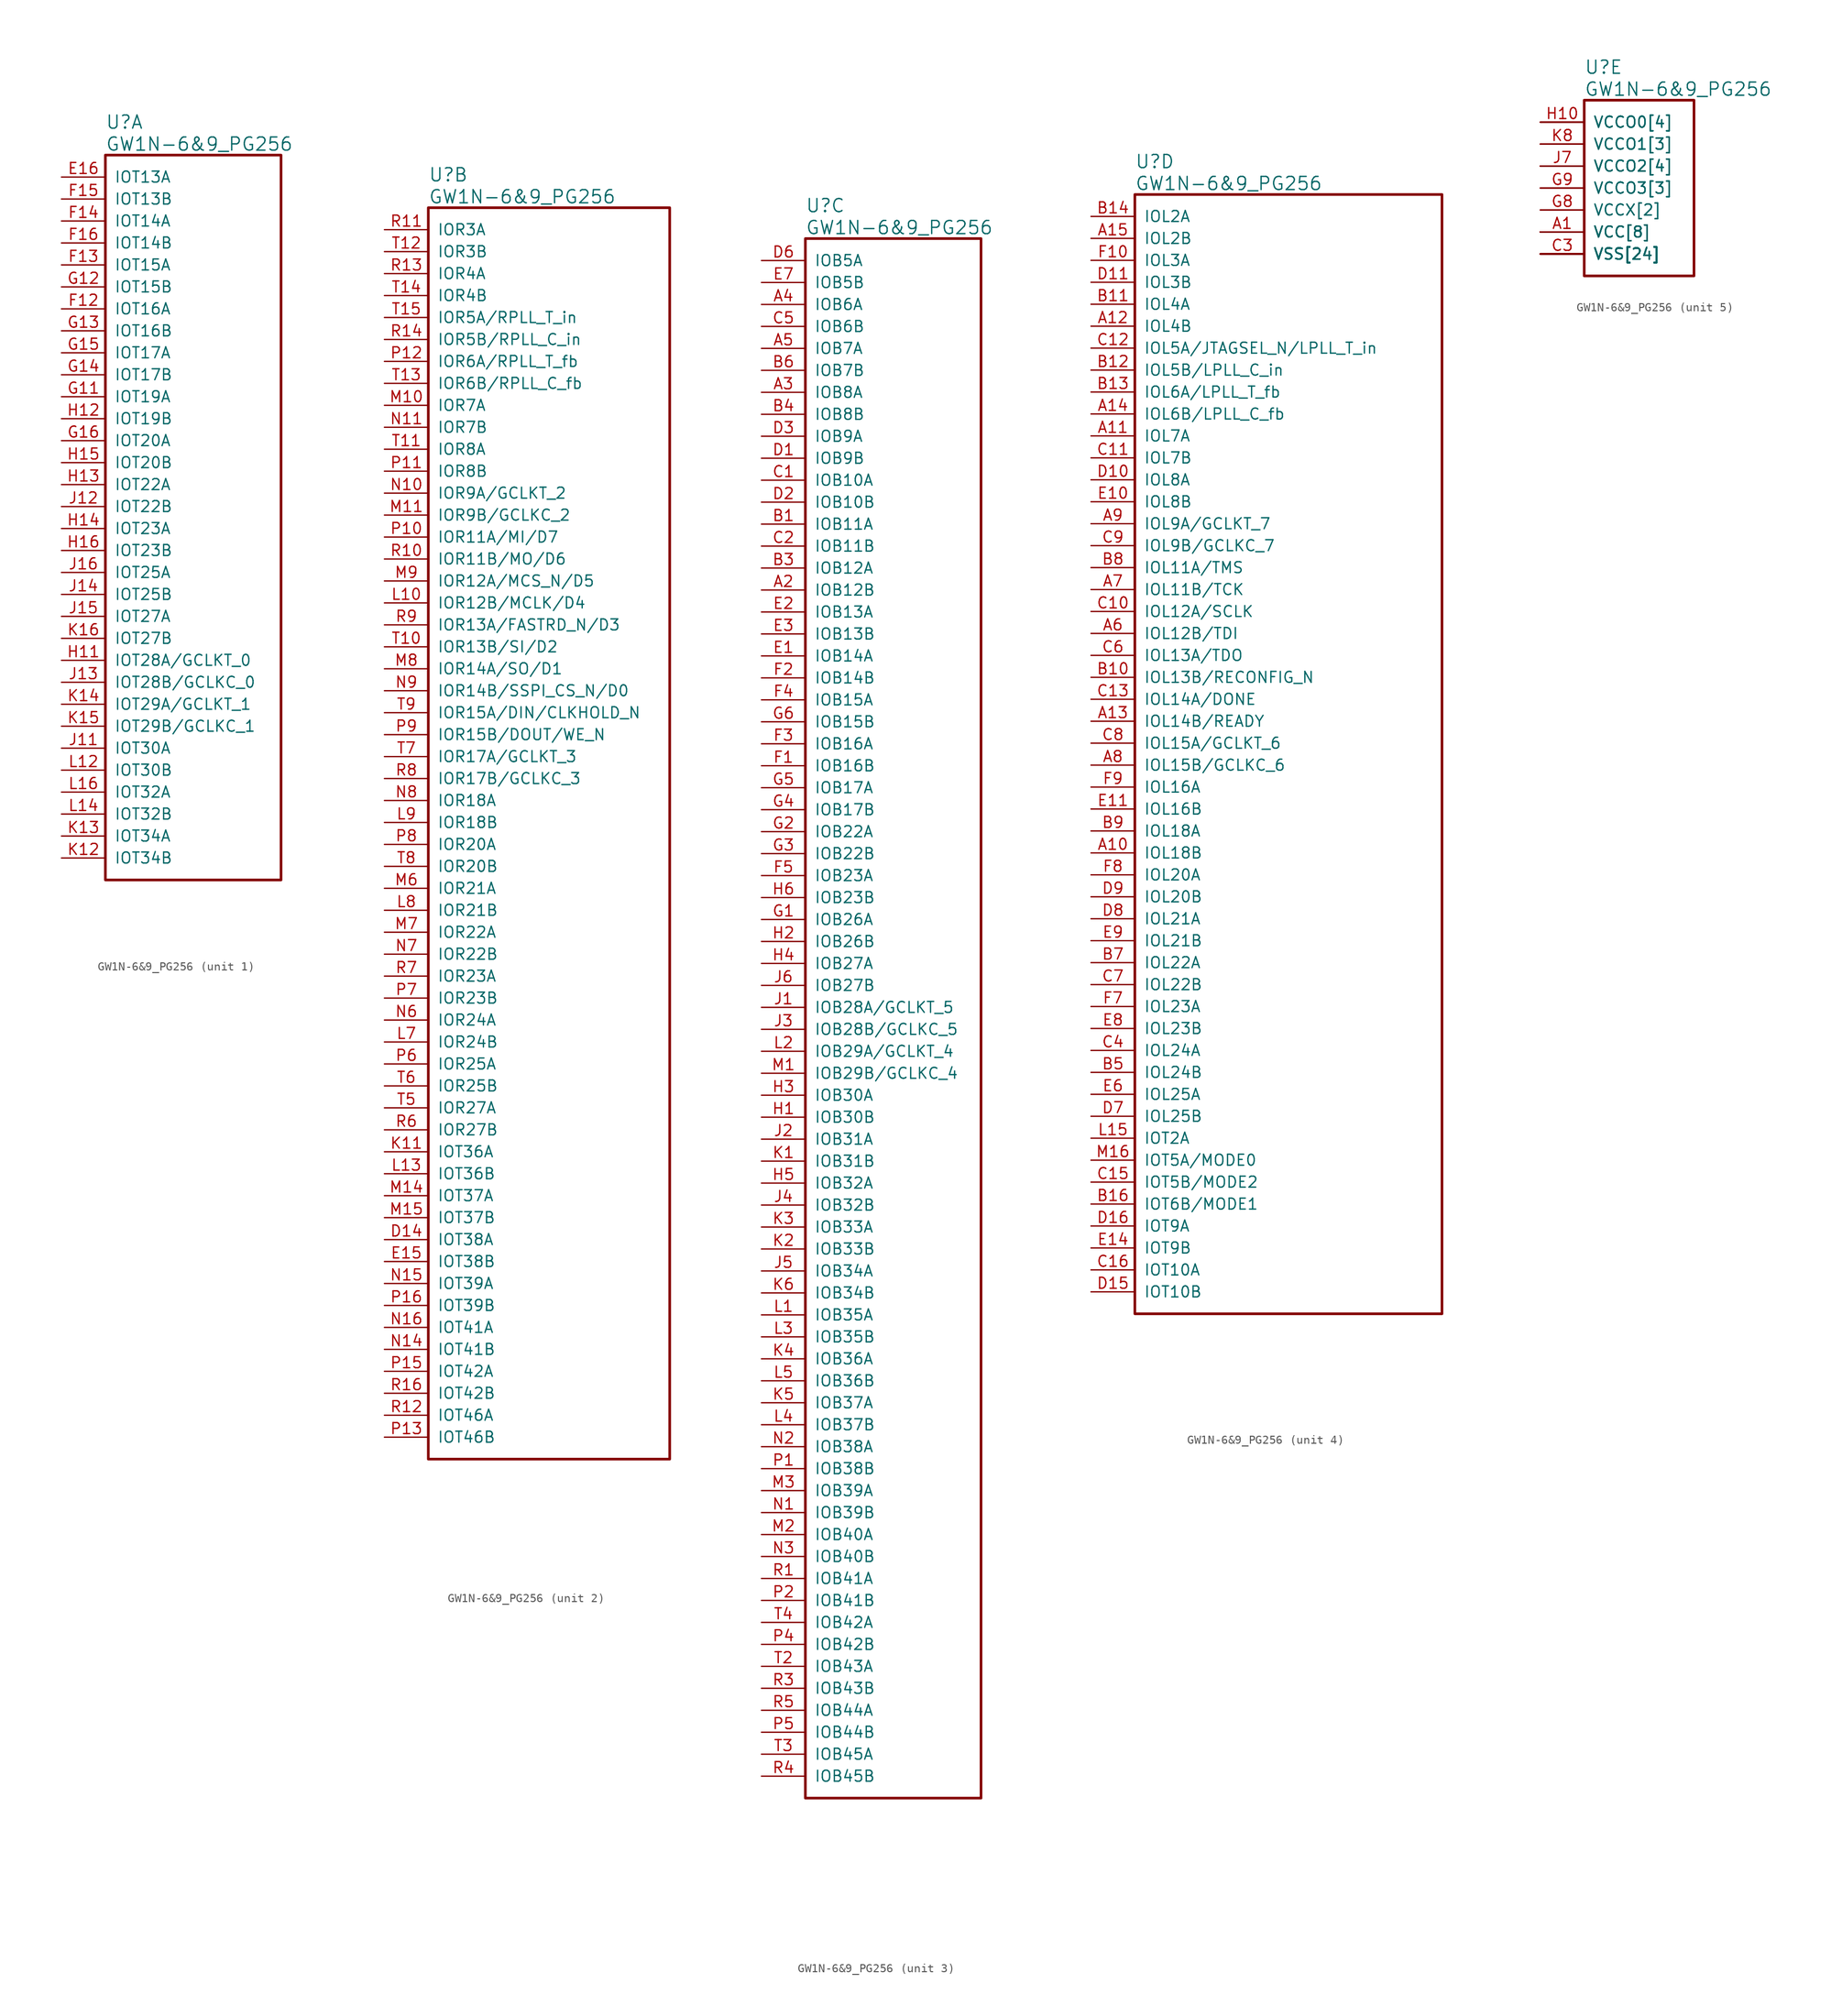
<source format=kicad_sym>
(kicad_symbol_lib
  (version 20241209)
  (generator "kicad_symbol_editor")
  (generator_version "9.0")
  (symbol "GW1N-6&9_PG256"
    (pin_names
      (offset 1.016))
    (property "Reference" "U"
      (at 5.08 6.35 0)
      (effects (font (size 1.524 1.524)) (justify left)))
    (property "Value" "GW1N-6&9_PG256"
      (at 5.08 3.81 0)
      (effects (font (size 1.524 1.524)) (justify left)))
    (property "ki_locked" ""
      (at 0 0 0)
      (effects (font (size 1.27 1.27))))
    (symbol "GW1N-6&9_PG256_1_1"
      (rectangle (start 5.08 2.54) (end 25.4 -81.28) (stroke (width 0.305) (type solid)) (fill (type none)))
      (pin bidirectional line (at 0 0 0) (length 5.08) (name "IOT13A" (effects (font (size 1.27 1.27)))) (number "E16" (effects (font (size 1.27 1.27)))))
      (pin bidirectional line (at 0 -2.54 0) (length 5.08) (name "IOT13B" (effects (font (size 1.27 1.27)))) (number "F15" (effects (font (size 1.27 1.27)))))
      (pin bidirectional line (at 0 -5.08 0) (length 5.08) (name "IOT14A" (effects (font (size 1.27 1.27)))) (number "F14" (effects (font (size 1.27 1.27)))))
      (pin bidirectional line (at 0 -7.62 0) (length 5.08) (name "IOT14B" (effects (font (size 1.27 1.27)))) (number "F16" (effects (font (size 1.27 1.27)))))
      (pin bidirectional line (at 0 -10.16 0) (length 5.08) (name "IOT15A" (effects (font (size 1.27 1.27)))) (number "F13" (effects (font (size 1.27 1.27)))))
      (pin bidirectional line (at 0 -12.7 0) (length 5.08) (name "IOT15B" (effects (font (size 1.27 1.27)))) (number "G12" (effects (font (size 1.27 1.27)))))
      (pin bidirectional line (at 0 -15.24 0) (length 5.08) (name "IOT16A" (effects (font (size 1.27 1.27)))) (number "F12" (effects (font (size 1.27 1.27)))))
      (pin bidirectional line (at 0 -17.78 0) (length 5.08) (name "IOT16B" (effects (font (size 1.27 1.27)))) (number "G13" (effects (font (size 1.27 1.27)))))
      (pin bidirectional line (at 0 -20.32 0) (length 5.08) (name "IOT17A" (effects (font (size 1.27 1.27)))) (number "G15" (effects (font (size 1.27 1.27)))))
      (pin bidirectional line (at 0 -22.86 0) (length 5.08) (name "IOT17B" (effects (font (size 1.27 1.27)))) (number "G14" (effects (font (size 1.27 1.27)))))
      (pin bidirectional line (at 0 -25.4 0) (length 5.08) (name "IOT19A" (effects (font (size 1.27 1.27)))) (number "G11" (effects (font (size 1.27 1.27)))))
      (pin bidirectional line (at 0 -27.94 0) (length 5.08) (name "IOT19B" (effects (font (size 1.27 1.27)))) (number "H12" (effects (font (size 1.27 1.27)))))
      (pin bidirectional line (at 0 -30.48 0) (length 5.08) (name "IOT20A" (effects (font (size 1.27 1.27)))) (number "G16" (effects (font (size 1.27 1.27)))))
      (pin bidirectional line (at 0 -33.02 0) (length 5.08) (name "IOT20B" (effects (font (size 1.27 1.27)))) (number "H15" (effects (font (size 1.27 1.27)))))
      (pin bidirectional line (at 0 -35.56 0) (length 5.08) (name "IOT22A" (effects (font (size 1.27 1.27)))) (number "H13" (effects (font (size 1.27 1.27)))))
      (pin bidirectional line (at 0 -38.1 0) (length 5.08) (name "IOT22B" (effects (font (size 1.27 1.27)))) (number "J12" (effects (font (size 1.27 1.27)))))
      (pin bidirectional line (at 0 -40.64 0) (length 5.08) (name "IOT23A" (effects (font (size 1.27 1.27)))) (number "H14" (effects (font (size 1.27 1.27)))))
      (pin bidirectional line (at 0 -43.18 0) (length 5.08) (name "IOT23B" (effects (font (size 1.27 1.27)))) (number "H16" (effects (font (size 1.27 1.27)))))
      (pin bidirectional line (at 0 -45.72 0) (length 5.08) (name "IOT25A" (effects (font (size 1.27 1.27)))) (number "J16" (effects (font (size 1.27 1.27)))))
      (pin bidirectional line (at 0 -48.26 0) (length 5.08) (name "IOT25B" (effects (font (size 1.27 1.27)))) (number "J14" (effects (font (size 1.27 1.27)))))
      (pin bidirectional line (at 0 -50.8 0) (length 5.08) (name "IOT27A" (effects (font (size 1.27 1.27)))) (number "J15" (effects (font (size 1.27 1.27)))))
      (pin bidirectional line (at 0 -53.34 0) (length 5.08) (name "IOT27B" (effects (font (size 1.27 1.27)))) (number "K16" (effects (font (size 1.27 1.27)))))
      (pin bidirectional line (at 0 -55.88 0) (length 5.08) (name "IOT28A/GCLKT_0" (effects (font (size 1.27 1.27)))) (number "H11" (effects (font (size 1.27 1.27)))))
      (pin bidirectional line (at 0 -58.42 0) (length 5.08) (name "IOT28B/GCLKC_0" (effects (font (size 1.27 1.27)))) (number "J13" (effects (font (size 1.27 1.27)))))
      (pin bidirectional line (at 0 -60.96 0) (length 5.08) (name "IOT29A/GCLKT_1" (effects (font (size 1.27 1.27)))) (number "K14" (effects (font (size 1.27 1.27)))))
      (pin bidirectional line (at 0 -63.5 0) (length 5.08) (name "IOT29B/GCLKC_1" (effects (font (size 1.27 1.27)))) (number "K15" (effects (font (size 1.27 1.27)))))
      (pin bidirectional line (at 0 -66.04 0) (length 5.08) (name "IOT30A" (effects (font (size 1.27 1.27)))) (number "J11" (effects (font (size 1.27 1.27)))))
      (pin bidirectional line (at 0 -68.58 0) (length 5.08) (name "IOT30B" (effects (font (size 1.27 1.27)))) (number "L12" (effects (font (size 1.27 1.27)))))
      (pin bidirectional line (at 0 -71.12 0) (length 5.08) (name "IOT32A" (effects (font (size 1.27 1.27)))) (number "L16" (effects (font (size 1.27 1.27)))))
      (pin bidirectional line (at 0 -73.66 0) (length 5.08) (name "IOT32B" (effects (font (size 1.27 1.27)))) (number "L14" (effects (font (size 1.27 1.27)))))
      (pin bidirectional line (at 0 -76.2 0) (length 5.08) (name "IOT34A" (effects (font (size 1.27 1.27)))) (number "K13" (effects (font (size 1.27 1.27)))))
      (pin bidirectional line (at 0 -78.74 0) (length 5.08) (name "IOT34B" (effects (font (size 1.27 1.27)))) (number "K12" (effects (font (size 1.27 1.27))))))
    (symbol "GW1N-6&9_PG256_2_1"
      (rectangle (start 5.08 2.54) (end 33.02 -142.24) (stroke (width 0.305) (type solid)) (fill (type none)))
      (pin bidirectional line (at 0 0 0) (length 5.08) (name "IOR3A" (effects (font (size 1.27 1.27)))) (number "R11" (effects (font (size 1.27 1.27)))))
      (pin bidirectional line (at 0 -2.54 0) (length 5.08) (name "IOR3B" (effects (font (size 1.27 1.27)))) (number "T12" (effects (font (size 1.27 1.27)))))
      (pin bidirectional line (at 0 -5.08 0) (length 5.08) (name "IOR4A" (effects (font (size 1.27 1.27)))) (number "R13" (effects (font (size 1.27 1.27)))))
      (pin bidirectional line (at 0 -7.62 0) (length 5.08) (name "IOR4B" (effects (font (size 1.27 1.27)))) (number "T14" (effects (font (size 1.27 1.27)))))
      (pin bidirectional line (at 0 -10.16 0) (length 5.08) (name "IOR5A/RPLL_T_in" (effects (font (size 1.27 1.27)))) (number "T15" (effects (font (size 1.27 1.27)))))
      (pin bidirectional line (at 0 -12.7 0) (length 5.08) (name "IOR5B/RPLL_C_in" (effects (font (size 1.27 1.27)))) (number "R14" (effects (font (size 1.27 1.27)))))
      (pin bidirectional line (at 0 -15.24 0) (length 5.08) (name "IOR6A/RPLL_T_fb" (effects (font (size 1.27 1.27)))) (number "P12" (effects (font (size 1.27 1.27)))))
      (pin bidirectional line (at 0 -17.78 0) (length 5.08) (name "IOR6B/RPLL_C_fb" (effects (font (size 1.27 1.27)))) (number "T13" (effects (font (size 1.27 1.27)))))
      (pin bidirectional line (at 0 -20.32 0) (length 5.08) (name "IOR7A" (effects (font (size 1.27 1.27)))) (number "M10" (effects (font (size 1.27 1.27)))))
      (pin bidirectional line (at 0 -22.86 0) (length 5.08) (name "IOR7B" (effects (font (size 1.27 1.27)))) (number "N11" (effects (font (size 1.27 1.27)))))
      (pin bidirectional line (at 0 -25.4 0) (length 5.08) (name "IOR8A" (effects (font (size 1.27 1.27)))) (number "T11" (effects (font (size 1.27 1.27)))))
      (pin bidirectional line (at 0 -27.94 0) (length 5.08) (name "IOR8B" (effects (font (size 1.27 1.27)))) (number "P11" (effects (font (size 1.27 1.27)))))
      (pin bidirectional line (at 0 -30.48 0) (length 5.08) (name "IOR9A/GCLKT_2" (effects (font (size 1.27 1.27)))) (number "N10" (effects (font (size 1.27 1.27)))))
      (pin bidirectional line (at 0 -33.02 0) (length 5.08) (name "IOR9B/GCLKC_2" (effects (font (size 1.27 1.27)))) (number "M11" (effects (font (size 1.27 1.27)))))
      (pin bidirectional line (at 0 -35.56 0) (length 5.08) (name "IOR11A/MI/D7" (effects (font (size 1.27 1.27)))) (number "P10" (effects (font (size 1.27 1.27)))))
      (pin bidirectional line (at 0 -38.1 0) (length 5.08) (name "IOR11B/MO/D6" (effects (font (size 1.27 1.27)))) (number "R10" (effects (font (size 1.27 1.27)))))
      (pin bidirectional line (at 0 -40.64 0) (length 5.08) (name "IOR12A/MCS_N/D5" (effects (font (size 1.27 1.27)))) (number "M9" (effects (font (size 1.27 1.27)))))
      (pin bidirectional line (at 0 -43.18 0) (length 5.08) (name "IOR12B/MCLK/D4" (effects (font (size 1.27 1.27)))) (number "L10" (effects (font (size 1.27 1.27)))))
      (pin bidirectional line (at 0 -45.72 0) (length 5.08) (name "IOR13A/FASTRD_N/D3" (effects (font (size 1.27 1.27)))) (number "R9" (effects (font (size 1.27 1.27)))))
      (pin bidirectional line (at 0 -48.26 0) (length 5.08) (name "IOR13B/SI/D2" (effects (font (size 1.27 1.27)))) (number "T10" (effects (font (size 1.27 1.27)))))
      (pin bidirectional line (at 0 -50.8 0) (length 5.08) (name "IOR14A/SO/D1" (effects (font (size 1.27 1.27)))) (number "M8" (effects (font (size 1.27 1.27)))))
      (pin bidirectional line (at 0 -53.34 0) (length 5.08) (name "IOR14B/SSPI_CS_N/D0" (effects (font (size 1.27 1.27)))) (number "N9" (effects (font (size 1.27 1.27)))))
      (pin bidirectional line (at 0 -55.88 0) (length 5.08) (name "IOR15A/DIN/CLKHOLD_N" (effects (font (size 1.27 1.27)))) (number "T9" (effects (font (size 1.27 1.27)))))
      (pin bidirectional line (at 0 -58.42 0) (length 5.08) (name "IOR15B/DOUT/WE_N" (effects (font (size 1.27 1.27)))) (number "P9" (effects (font (size 1.27 1.27)))))
      (pin bidirectional line (at 0 -60.96 0) (length 5.08) (name "IOR17A/GCLKT_3" (effects (font (size 1.27 1.27)))) (number "T7" (effects (font (size 1.27 1.27)))))
      (pin bidirectional line (at 0 -63.5 0) (length 5.08) (name "IOR17B/GCLKC_3" (effects (font (size 1.27 1.27)))) (number "R8" (effects (font (size 1.27 1.27)))))
      (pin bidirectional line (at 0 -66.04 0) (length 5.08) (name "IOR18A" (effects (font (size 1.27 1.27)))) (number "N8" (effects (font (size 1.27 1.27)))))
      (pin bidirectional line (at 0 -68.58 0) (length 5.08) (name "IOR18B" (effects (font (size 1.27 1.27)))) (number "L9" (effects (font (size 1.27 1.27)))))
      (pin bidirectional line (at 0 -71.12 0) (length 5.08) (name "IOR20A" (effects (font (size 1.27 1.27)))) (number "P8" (effects (font (size 1.27 1.27)))))
      (pin bidirectional line (at 0 -73.66 0) (length 5.08) (name "IOR20B" (effects (font (size 1.27 1.27)))) (number "T8" (effects (font (size 1.27 1.27)))))
      (pin bidirectional line (at 0 -76.2 0) (length 5.08) (name "IOR21A" (effects (font (size 1.27 1.27)))) (number "M6" (effects (font (size 1.27 1.27)))))
      (pin bidirectional line (at 0 -78.74 0) (length 5.08) (name "IOR21B" (effects (font (size 1.27 1.27)))) (number "L8" (effects (font (size 1.27 1.27)))))
      (pin bidirectional line (at 0 -81.28 0) (length 5.08) (name "IOR22A" (effects (font (size 1.27 1.27)))) (number "M7" (effects (font (size 1.27 1.27)))))
      (pin bidirectional line (at 0 -83.82 0) (length 5.08) (name "IOR22B" (effects (font (size 1.27 1.27)))) (number "N7" (effects (font (size 1.27 1.27)))))
      (pin bidirectional line (at 0 -86.36 0) (length 5.08) (name "IOR23A" (effects (font (size 1.27 1.27)))) (number "R7" (effects (font (size 1.27 1.27)))))
      (pin bidirectional line (at 0 -88.9 0) (length 5.08) (name "IOR23B" (effects (font (size 1.27 1.27)))) (number "P7" (effects (font (size 1.27 1.27)))))
      (pin bidirectional line (at 0 -91.44 0) (length 5.08) (name "IOR24A" (effects (font (size 1.27 1.27)))) (number "N6" (effects (font (size 1.27 1.27)))))
      (pin bidirectional line (at 0 -93.98 0) (length 5.08) (name "IOR24B" (effects (font (size 1.27 1.27)))) (number "L7" (effects (font (size 1.27 1.27)))))
      (pin bidirectional line (at 0 -96.52 0) (length 5.08) (name "IOR25A" (effects (font (size 1.27 1.27)))) (number "P6" (effects (font (size 1.27 1.27)))))
      (pin bidirectional line (at 0 -99.06 0) (length 5.08) (name "IOR25B" (effects (font (size 1.27 1.27)))) (number "T6" (effects (font (size 1.27 1.27)))))
      (pin bidirectional line (at 0 -101.6 0) (length 5.08) (name "IOR27A" (effects (font (size 1.27 1.27)))) (number "T5" (effects (font (size 1.27 1.27)))))
      (pin bidirectional line (at 0 -104.14 0) (length 5.08) (name "IOR27B" (effects (font (size 1.27 1.27)))) (number "R6" (effects (font (size 1.27 1.27)))))
      (pin bidirectional line (at 0 -106.68 0) (length 5.08) (name "IOT36A" (effects (font (size 1.27 1.27)))) (number "K11" (effects (font (size 1.27 1.27)))))
      (pin bidirectional line (at 0 -109.22 0) (length 5.08) (name "IOT36B" (effects (font (size 1.27 1.27)))) (number "L13" (effects (font (size 1.27 1.27)))))
      (pin bidirectional line (at 0 -111.76 0) (length 5.08) (name "IOT37A" (effects (font (size 1.27 1.27)))) (number "M14" (effects (font (size 1.27 1.27)))))
      (pin bidirectional line (at 0 -114.3 0) (length 5.08) (name "IOT37B" (effects (font (size 1.27 1.27)))) (number "M15" (effects (font (size 1.27 1.27)))))
      (pin bidirectional line (at 0 -116.84 0) (length 5.08) (name "IOT38A" (effects (font (size 1.27 1.27)))) (number "D14" (effects (font (size 1.27 1.27)))))
      (pin bidirectional line (at 0 -119.38 0) (length 5.08) (name "IOT38B" (effects (font (size 1.27 1.27)))) (number "E15" (effects (font (size 1.27 1.27)))))
      (pin bidirectional line (at 0 -121.92 0) (length 5.08) (name "IOT39A" (effects (font (size 1.27 1.27)))) (number "N15" (effects (font (size 1.27 1.27)))))
      (pin bidirectional line (at 0 -124.46 0) (length 5.08) (name "IOT39B" (effects (font (size 1.27 1.27)))) (number "P16" (effects (font (size 1.27 1.27)))))
      (pin bidirectional line (at 0 -127 0) (length 5.08) (name "IOT41A" (effects (font (size 1.27 1.27)))) (number "N16" (effects (font (size 1.27 1.27)))))
      (pin bidirectional line (at 0 -129.54 0) (length 5.08) (name "IOT41B" (effects (font (size 1.27 1.27)))) (number "N14" (effects (font (size 1.27 1.27)))))
      (pin bidirectional line (at 0 -132.08 0) (length 5.08) (name "IOT42A" (effects (font (size 1.27 1.27)))) (number "P15" (effects (font (size 1.27 1.27)))))
      (pin bidirectional line (at 0 -134.62 0) (length 5.08) (name "IOT42B" (effects (font (size 1.27 1.27)))) (number "R16" (effects (font (size 1.27 1.27)))))
      (pin bidirectional line (at 0 -137.16 0) (length 5.08) (name "IOT46A" (effects (font (size 1.27 1.27)))) (number "R12" (effects (font (size 1.27 1.27)))))
      (pin bidirectional line (at 0 -139.7 0) (length 5.08) (name "IOT46B" (effects (font (size 1.27 1.27)))) (number "P13" (effects (font (size 1.27 1.27))))))
    (symbol "GW1N-6&9_PG256_3_1"
      (rectangle (start 5.08 2.54) (end 25.4 -177.8) (stroke (width 0.305) (type solid)) (fill (type none)))
      (pin bidirectional line (at 0 0 0) (length 5.08) (name "IOB5A" (effects (font (size 1.27 1.27)))) (number "D6" (effects (font (size 1.27 1.27)))))
      (pin bidirectional line (at 0 -2.54 0) (length 5.08) (name "IOB5B" (effects (font (size 1.27 1.27)))) (number "E7" (effects (font (size 1.27 1.27)))))
      (pin bidirectional line (at 0 -5.08 0) (length 5.08) (name "IOB6A" (effects (font (size 1.27 1.27)))) (number "A4" (effects (font (size 1.27 1.27)))))
      (pin bidirectional line (at 0 -7.62 0) (length 5.08) (name "IOB6B" (effects (font (size 1.27 1.27)))) (number "C5" (effects (font (size 1.27 1.27)))))
      (pin bidirectional line (at 0 -10.16 0) (length 5.08) (name "IOB7A" (effects (font (size 1.27 1.27)))) (number "A5" (effects (font (size 1.27 1.27)))))
      (pin bidirectional line (at 0 -12.7 0) (length 5.08) (name "IOB7B" (effects (font (size 1.27 1.27)))) (number "B6" (effects (font (size 1.27 1.27)))))
      (pin bidirectional line (at 0 -15.24 0) (length 5.08) (name "IOB8A" (effects (font (size 1.27 1.27)))) (number "A3" (effects (font (size 1.27 1.27)))))
      (pin bidirectional line (at 0 -17.78 0) (length 5.08) (name "IOB8B" (effects (font (size 1.27 1.27)))) (number "B4" (effects (font (size 1.27 1.27)))))
      (pin bidirectional line (at 0 -20.32 0) (length 5.08) (name "IOB9A" (effects (font (size 1.27 1.27)))) (number "D3" (effects (font (size 1.27 1.27)))))
      (pin bidirectional line (at 0 -22.86 0) (length 5.08) (name "IOB9B" (effects (font (size 1.27 1.27)))) (number "D1" (effects (font (size 1.27 1.27)))))
      (pin bidirectional line (at 0 -25.4 0) (length 5.08) (name "IOB10A" (effects (font (size 1.27 1.27)))) (number "C1" (effects (font (size 1.27 1.27)))))
      (pin bidirectional line (at 0 -27.94 0) (length 5.08) (name "IOB10B" (effects (font (size 1.27 1.27)))) (number "D2" (effects (font (size 1.27 1.27)))))
      (pin bidirectional line (at 0 -30.48 0) (length 5.08) (name "IOB11A" (effects (font (size 1.27 1.27)))) (number "B1" (effects (font (size 1.27 1.27)))))
      (pin bidirectional line (at 0 -33.02 0) (length 5.08) (name "IOB11B" (effects (font (size 1.27 1.27)))) (number "C2" (effects (font (size 1.27 1.27)))))
      (pin bidirectional line (at 0 -35.56 0) (length 5.08) (name "IOB12A" (effects (font (size 1.27 1.27)))) (number "B3" (effects (font (size 1.27 1.27)))))
      (pin bidirectional line (at 0 -38.1 0) (length 5.08) (name "IOB12B" (effects (font (size 1.27 1.27)))) (number "A2" (effects (font (size 1.27 1.27)))))
      (pin bidirectional line (at 0 -40.64 0) (length 5.08) (name "IOB13A" (effects (font (size 1.27 1.27)))) (number "E2" (effects (font (size 1.27 1.27)))))
      (pin bidirectional line (at 0 -43.18 0) (length 5.08) (name "IOB13B" (effects (font (size 1.27 1.27)))) (number "E3" (effects (font (size 1.27 1.27)))))
      (pin bidirectional line (at 0 -45.72 0) (length 5.08) (name "IOB14A" (effects (font (size 1.27 1.27)))) (number "E1" (effects (font (size 1.27 1.27)))))
      (pin bidirectional line (at 0 -48.26 0) (length 5.08) (name "IOB14B" (effects (font (size 1.27 1.27)))) (number "F2" (effects (font (size 1.27 1.27)))))
      (pin bidirectional line (at 0 -50.8 0) (length 5.08) (name "IOB15A" (effects (font (size 1.27 1.27)))) (number "F4" (effects (font (size 1.27 1.27)))))
      (pin bidirectional line (at 0 -53.34 0) (length 5.08) (name "IOB15B" (effects (font (size 1.27 1.27)))) (number "G6" (effects (font (size 1.27 1.27)))))
      (pin bidirectional line (at 0 -55.88 0) (length 5.08) (name "IOB16A" (effects (font (size 1.27 1.27)))) (number "F3" (effects (font (size 1.27 1.27)))))
      (pin bidirectional line (at 0 -58.42 0) (length 5.08) (name "IOB16B" (effects (font (size 1.27 1.27)))) (number "F1" (effects (font (size 1.27 1.27)))))
      (pin bidirectional line (at 0 -60.96 0) (length 5.08) (name "IOB17A" (effects (font (size 1.27 1.27)))) (number "G5" (effects (font (size 1.27 1.27)))))
      (pin bidirectional line (at 0 -63.5 0) (length 5.08) (name "IOB17B" (effects (font (size 1.27 1.27)))) (number "G4" (effects (font (size 1.27 1.27)))))
      (pin bidirectional line (at 0 -66.04 0) (length 5.08) (name "IOB22A" (effects (font (size 1.27 1.27)))) (number "G2" (effects (font (size 1.27 1.27)))))
      (pin bidirectional line (at 0 -68.58 0) (length 5.08) (name "IOB22B" (effects (font (size 1.27 1.27)))) (number "G3" (effects (font (size 1.27 1.27)))))
      (pin bidirectional line (at 0 -71.12 0) (length 5.08) (name "IOB23A" (effects (font (size 1.27 1.27)))) (number "F5" (effects (font (size 1.27 1.27)))))
      (pin bidirectional line (at 0 -73.66 0) (length 5.08) (name "IOB23B" (effects (font (size 1.27 1.27)))) (number "H6" (effects (font (size 1.27 1.27)))))
      (pin bidirectional line (at 0 -76.2 0) (length 5.08) (name "IOB26A" (effects (font (size 1.27 1.27)))) (number "G1" (effects (font (size 1.27 1.27)))))
      (pin bidirectional line (at 0 -78.74 0) (length 5.08) (name "IOB26B" (effects (font (size 1.27 1.27)))) (number "H2" (effects (font (size 1.27 1.27)))))
      (pin bidirectional line (at 0 -81.28 0) (length 5.08) (name "IOB27A" (effects (font (size 1.27 1.27)))) (number "H4" (effects (font (size 1.27 1.27)))))
      (pin bidirectional line (at 0 -83.82 0) (length 5.08) (name "IOB27B" (effects (font (size 1.27 1.27)))) (number "J6" (effects (font (size 1.27 1.27)))))
      (pin bidirectional line (at 0 -86.36 0) (length 5.08) (name "IOB28A/GCLKT_5" (effects (font (size 1.27 1.27)))) (number "J1" (effects (font (size 1.27 1.27)))))
      (pin bidirectional line (at 0 -88.9 0) (length 5.08) (name "IOB28B/GCLKC_5" (effects (font (size 1.27 1.27)))) (number "J3" (effects (font (size 1.27 1.27)))))
      (pin bidirectional line (at 0 -91.44 0) (length 5.08) (name "IOB29A/GCLKT_4" (effects (font (size 1.27 1.27)))) (number "L2" (effects (font (size 1.27 1.27)))))
      (pin bidirectional line (at 0 -93.98 0) (length 5.08) (name "IOB29B/GCLKC_4" (effects (font (size 1.27 1.27)))) (number "M1" (effects (font (size 1.27 1.27)))))
      (pin bidirectional line (at 0 -96.52 0) (length 5.08) (name "IOB30A" (effects (font (size 1.27 1.27)))) (number "H3" (effects (font (size 1.27 1.27)))))
      (pin bidirectional line (at 0 -99.06 0) (length 5.08) (name "IOB30B" (effects (font (size 1.27 1.27)))) (number "H1" (effects (font (size 1.27 1.27)))))
      (pin bidirectional line (at 0 -101.6 0) (length 5.08) (name "IOB31A" (effects (font (size 1.27 1.27)))) (number "J2" (effects (font (size 1.27 1.27)))))
      (pin bidirectional line (at 0 -104.14 0) (length 5.08) (name "IOB31B" (effects (font (size 1.27 1.27)))) (number "K1" (effects (font (size 1.27 1.27)))))
      (pin bidirectional line (at 0 -106.68 0) (length 5.08) (name "IOB32A" (effects (font (size 1.27 1.27)))) (number "H5" (effects (font (size 1.27 1.27)))))
      (pin bidirectional line (at 0 -109.22 0) (length 5.08) (name "IOB32B" (effects (font (size 1.27 1.27)))) (number "J4" (effects (font (size 1.27 1.27)))))
      (pin bidirectional line (at 0 -111.76 0) (length 5.08) (name "IOB33A" (effects (font (size 1.27 1.27)))) (number "K3" (effects (font (size 1.27 1.27)))))
      (pin bidirectional line (at 0 -114.3 0) (length 5.08) (name "IOB33B" (effects (font (size 1.27 1.27)))) (number "K2" (effects (font (size 1.27 1.27)))))
      (pin bidirectional line (at 0 -116.84 0) (length 5.08) (name "IOB34A" (effects (font (size 1.27 1.27)))) (number "J5" (effects (font (size 1.27 1.27)))))
      (pin bidirectional line (at 0 -119.38 0) (length 5.08) (name "IOB34B" (effects (font (size 1.27 1.27)))) (number "K6" (effects (font (size 1.27 1.27)))))
      (pin bidirectional line (at 0 -121.92 0) (length 5.08) (name "IOB35A" (effects (font (size 1.27 1.27)))) (number "L1" (effects (font (size 1.27 1.27)))))
      (pin bidirectional line (at 0 -124.46 0) (length 5.08) (name "IOB35B" (effects (font (size 1.27 1.27)))) (number "L3" (effects (font (size 1.27 1.27)))))
      (pin bidirectional line (at 0 -127 0) (length 5.08) (name "IOB36A" (effects (font (size 1.27 1.27)))) (number "K4" (effects (font (size 1.27 1.27)))))
      (pin bidirectional line (at 0 -129.54 0) (length 5.08) (name "IOB36B" (effects (font (size 1.27 1.27)))) (number "L5" (effects (font (size 1.27 1.27)))))
      (pin bidirectional line (at 0 -132.08 0) (length 5.08) (name "IOB37A" (effects (font (size 1.27 1.27)))) (number "K5" (effects (font (size 1.27 1.27)))))
      (pin bidirectional line (at 0 -134.62 0) (length 5.08) (name "IOB37B" (effects (font (size 1.27 1.27)))) (number "L4" (effects (font (size 1.27 1.27)))))
      (pin bidirectional line (at 0 -137.16 0) (length 5.08) (name "IOB38A" (effects (font (size 1.27 1.27)))) (number "N2" (effects (font (size 1.27 1.27)))))
      (pin bidirectional line (at 0 -139.7 0) (length 5.08) (name "IOB38B" (effects (font (size 1.27 1.27)))) (number "P1" (effects (font (size 1.27 1.27)))))
      (pin bidirectional line (at 0 -142.24 0) (length 5.08) (name "IOB39A" (effects (font (size 1.27 1.27)))) (number "M3" (effects (font (size 1.27 1.27)))))
      (pin bidirectional line (at 0 -144.78 0) (length 5.08) (name "IOB39B" (effects (font (size 1.27 1.27)))) (number "N1" (effects (font (size 1.27 1.27)))))
      (pin bidirectional line (at 0 -147.32 0) (length 5.08) (name "IOB40A" (effects (font (size 1.27 1.27)))) (number "M2" (effects (font (size 1.27 1.27)))))
      (pin bidirectional line (at 0 -149.86 0) (length 5.08) (name "IOB40B" (effects (font (size 1.27 1.27)))) (number "N3" (effects (font (size 1.27 1.27)))))
      (pin bidirectional line (at 0 -152.4 0) (length 5.08) (name "IOB41A" (effects (font (size 1.27 1.27)))) (number "R1" (effects (font (size 1.27 1.27)))))
      (pin bidirectional line (at 0 -154.94 0) (length 5.08) (name "IOB41B" (effects (font (size 1.27 1.27)))) (number "P2" (effects (font (size 1.27 1.27)))))
      (pin bidirectional line (at 0 -157.48 0) (length 5.08) (name "IOB42A" (effects (font (size 1.27 1.27)))) (number "T4" (effects (font (size 1.27 1.27)))))
      (pin bidirectional line (at 0 -160.02 0) (length 5.08) (name "IOB42B" (effects (font (size 1.27 1.27)))) (number "P4" (effects (font (size 1.27 1.27)))))
      (pin bidirectional line (at 0 -162.56 0) (length 5.08) (name "IOB43A" (effects (font (size 1.27 1.27)))) (number "T2" (effects (font (size 1.27 1.27)))))
      (pin bidirectional line (at 0 -165.1 0) (length 5.08) (name "IOB43B" (effects (font (size 1.27 1.27)))) (number "R3" (effects (font (size 1.27 1.27)))))
      (pin bidirectional line (at 0 -167.64 0) (length 5.08) (name "IOB44A" (effects (font (size 1.27 1.27)))) (number "R5" (effects (font (size 1.27 1.27)))))
      (pin bidirectional line (at 0 -170.18 0) (length 5.08) (name "IOB44B" (effects (font (size 1.27 1.27)))) (number "P5" (effects (font (size 1.27 1.27)))))
      (pin bidirectional line (at 0 -172.72 0) (length 5.08) (name "IOB45A" (effects (font (size 1.27 1.27)))) (number "T3" (effects (font (size 1.27 1.27)))))
      (pin bidirectional line (at 0 -175.26 0) (length 5.08) (name "IOB45B" (effects (font (size 1.27 1.27)))) (number "R4" (effects (font (size 1.27 1.27))))))
    (symbol "GW1N-6&9_PG256_4_1"
      (rectangle (start 5.08 2.54) (end 40.64 -127) (stroke (width 0.305) (type solid)) (fill (type none)))
      (pin bidirectional line (at 0 0 0) (length 5.08) (name "IOL2A" (effects (font (size 1.27 1.27)))) (number "B14" (effects (font (size 1.27 1.27)))))
      (pin bidirectional line (at 0 -2.54 0) (length 5.08) (name "IOL2B" (effects (font (size 1.27 1.27)))) (number "A15" (effects (font (size 1.27 1.27)))))
      (pin bidirectional line (at 0 -5.08 0) (length 5.08) (name "IOL3A" (effects (font (size 1.27 1.27)))) (number "F10" (effects (font (size 1.27 1.27)))))
      (pin bidirectional line (at 0 -7.62 0) (length 5.08) (name "IOL3B" (effects (font (size 1.27 1.27)))) (number "D11" (effects (font (size 1.27 1.27)))))
      (pin bidirectional line (at 0 -10.16 0) (length 5.08) (name "IOL4A" (effects (font (size 1.27 1.27)))) (number "B11" (effects (font (size 1.27 1.27)))))
      (pin bidirectional line (at 0 -12.7 0) (length 5.08) (name "IOL4B" (effects (font (size 1.27 1.27)))) (number "A12" (effects (font (size 1.27 1.27)))))
      (pin bidirectional line (at 0 -15.24 0) (length 5.08) (name "IOL5A/JTAGSEL_N/LPLL_T_in" (effects (font (size 1.27 1.27)))) (number "C12" (effects (font (size 1.27 1.27)))))
      (pin bidirectional line (at 0 -17.78 0) (length 5.08) (name "IOL5B/LPLL_C_in" (effects (font (size 1.27 1.27)))) (number "B12" (effects (font (size 1.27 1.27)))))
      (pin bidirectional line (at 0 -20.32 0) (length 5.08) (name "IOL6A/LPLL_T_fb" (effects (font (size 1.27 1.27)))) (number "B13" (effects (font (size 1.27 1.27)))))
      (pin bidirectional line (at 0 -22.86 0) (length 5.08) (name "IOL6B/LPLL_C_fb" (effects (font (size 1.27 1.27)))) (number "A14" (effects (font (size 1.27 1.27)))))
      (pin bidirectional line (at 0 -25.4 0) (length 5.08) (name "IOL7A" (effects (font (size 1.27 1.27)))) (number "A11" (effects (font (size 1.27 1.27)))))
      (pin bidirectional line (at 0 -27.94 0) (length 5.08) (name "IOL7B" (effects (font (size 1.27 1.27)))) (number "C11" (effects (font (size 1.27 1.27)))))
      (pin bidirectional line (at 0 -30.48 0) (length 5.08) (name "IOL8A" (effects (font (size 1.27 1.27)))) (number "D10" (effects (font (size 1.27 1.27)))))
      (pin bidirectional line (at 0 -33.02 0) (length 5.08) (name "IOL8B" (effects (font (size 1.27 1.27)))) (number "E10" (effects (font (size 1.27 1.27)))))
      (pin bidirectional line (at 0 -35.56 0) (length 5.08) (name "IOL9A/GCLKT_7" (effects (font (size 1.27 1.27)))) (number "A9" (effects (font (size 1.27 1.27)))))
      (pin bidirectional line (at 0 -38.1 0) (length 5.08) (name "IOL9B/GCLKC_7" (effects (font (size 1.27 1.27)))) (number "C9" (effects (font (size 1.27 1.27)))))
      (pin bidirectional line (at 0 -40.64 0) (length 5.08) (name "IOL11A/TMS" (effects (font (size 1.27 1.27)))) (number "B8" (effects (font (size 1.27 1.27)))))
      (pin bidirectional line (at 0 -43.18 0) (length 5.08) (name "IOL11B/TCK" (effects (font (size 1.27 1.27)))) (number "A7" (effects (font (size 1.27 1.27)))))
      (pin bidirectional line (at 0 -45.72 0) (length 5.08) (name "IOL12A/SCLK" (effects (font (size 1.27 1.27)))) (number "C10" (effects (font (size 1.27 1.27)))))
      (pin bidirectional line (at 0 -48.26 0) (length 5.08) (name "IOL12B/TDI" (effects (font (size 1.27 1.27)))) (number "A6" (effects (font (size 1.27 1.27)))))
      (pin bidirectional line (at 0 -50.8 0) (length 5.08) (name "IOL13A/TDO" (effects (font (size 1.27 1.27)))) (number "C6" (effects (font (size 1.27 1.27)))))
      (pin bidirectional line (at 0 -53.34 0) (length 5.08) (name "IOL13B/RECONFIG_N" (effects (font (size 1.27 1.27)))) (number "B10" (effects (font (size 1.27 1.27)))))
      (pin bidirectional line (at 0 -55.88 0) (length 5.08) (name "IOL14A/DONE" (effects (font (size 1.27 1.27)))) (number "C13" (effects (font (size 1.27 1.27)))))
      (pin bidirectional line (at 0 -58.42 0) (length 5.08) (name "IOL14B/READY" (effects (font (size 1.27 1.27)))) (number "A13" (effects (font (size 1.27 1.27)))))
      (pin bidirectional line (at 0 -60.96 0) (length 5.08) (name "IOL15A/GCLKT_6" (effects (font (size 1.27 1.27)))) (number "C8" (effects (font (size 1.27 1.27)))))
      (pin bidirectional line (at 0 -63.5 0) (length 5.08) (name "IOL15B/GCLKC_6" (effects (font (size 1.27 1.27)))) (number "A8" (effects (font (size 1.27 1.27)))))
      (pin bidirectional line (at 0 -66.04 0) (length 5.08) (name "IOL16A" (effects (font (size 1.27 1.27)))) (number "F9" (effects (font (size 1.27 1.27)))))
      (pin bidirectional line (at 0 -68.58 0) (length 5.08) (name "IOL16B" (effects (font (size 1.27 1.27)))) (number "E11" (effects (font (size 1.27 1.27)))))
      (pin bidirectional line (at 0 -71.12 0) (length 5.08) (name "IOL18A" (effects (font (size 1.27 1.27)))) (number "B9" (effects (font (size 1.27 1.27)))))
      (pin bidirectional line (at 0 -73.66 0) (length 5.08) (name "IOL18B" (effects (font (size 1.27 1.27)))) (number "A10" (effects (font (size 1.27 1.27)))))
      (pin bidirectional line (at 0 -76.2 0) (length 5.08) (name "IOL20A" (effects (font (size 1.27 1.27)))) (number "F8" (effects (font (size 1.27 1.27)))))
      (pin bidirectional line (at 0 -78.74 0) (length 5.08) (name "IOL20B" (effects (font (size 1.27 1.27)))) (number "D9" (effects (font (size 1.27 1.27)))))
      (pin bidirectional line (at 0 -81.28 0) (length 5.08) (name "IOL21A" (effects (font (size 1.27 1.27)))) (number "D8" (effects (font (size 1.27 1.27)))))
      (pin bidirectional line (at 0 -83.82 0) (length 5.08) (name "IOL21B" (effects (font (size 1.27 1.27)))) (number "E9" (effects (font (size 1.27 1.27)))))
      (pin bidirectional line (at 0 -86.36 0) (length 5.08) (name "IOL22A" (effects (font (size 1.27 1.27)))) (number "B7" (effects (font (size 1.27 1.27)))))
      (pin bidirectional line (at 0 -88.9 0) (length 5.08) (name "IOL22B" (effects (font (size 1.27 1.27)))) (number "C7" (effects (font (size 1.27 1.27)))))
      (pin bidirectional line (at 0 -91.44 0) (length 5.08) (name "IOL23A" (effects (font (size 1.27 1.27)))) (number "F7" (effects (font (size 1.27 1.27)))))
      (pin bidirectional line (at 0 -93.98 0) (length 5.08) (name "IOL23B" (effects (font (size 1.27 1.27)))) (number "E8" (effects (font (size 1.27 1.27)))))
      (pin bidirectional line (at 0 -96.52 0) (length 5.08) (name "IOL24A" (effects (font (size 1.27 1.27)))) (number "C4" (effects (font (size 1.27 1.27)))))
      (pin bidirectional line (at 0 -99.06 0) (length 5.08) (name "IOL24B" (effects (font (size 1.27 1.27)))) (number "B5" (effects (font (size 1.27 1.27)))))
      (pin bidirectional line (at 0 -101.6 0) (length 5.08) (name "IOL25A" (effects (font (size 1.27 1.27)))) (number "E6" (effects (font (size 1.27 1.27)))))
      (pin bidirectional line (at 0 -104.14 0) (length 5.08) (name "IOL25B" (effects (font (size 1.27 1.27)))) (number "D7" (effects (font (size 1.27 1.27)))))
      (pin bidirectional line (at 0 -106.68 0) (length 5.08) (name "IOT2A" (effects (font (size 1.27 1.27)))) (number "L15" (effects (font (size 1.27 1.27)))))
      (pin bidirectional line (at 0 -109.22 0) (length 5.08) (name "IOT5A/MODE0" (effects (font (size 1.27 1.27)))) (number "M16" (effects (font (size 1.27 1.27)))))
      (pin bidirectional line (at 0 -111.76 0) (length 5.08) (name "IOT5B/MODE2" (effects (font (size 1.27 1.27)))) (number "C15" (effects (font (size 1.27 1.27)))))
      (pin bidirectional line (at 0 -114.3 0) (length 5.08) (name "IOT6B/MODE1" (effects (font (size 1.27 1.27)))) (number "B16" (effects (font (size 1.27 1.27)))))
      (pin bidirectional line (at 0 -116.84 0) (length 5.08) (name "IOT9A" (effects (font (size 1.27 1.27)))) (number "D16" (effects (font (size 1.27 1.27)))))
      (pin bidirectional line (at 0 -119.38 0) (length 5.08) (name "IOT9B" (effects (font (size 1.27 1.27)))) (number "E14" (effects (font (size 1.27 1.27)))))
      (pin bidirectional line (at 0 -121.92 0) (length 5.08) (name "IOT10A" (effects (font (size 1.27 1.27)))) (number "C16" (effects (font (size 1.27 1.27)))))
      (pin bidirectional line (at 0 -124.46 0) (length 5.08) (name "IOT10B" (effects (font (size 1.27 1.27)))) (number "D15" (effects (font (size 1.27 1.27))))))
    (symbol "GW1N-6&9_PG256_5_1"
      (rectangle (start 5.08 2.54) (end 17.78 -17.78) (stroke (width 0.305) (type solid)) (fill (type none)))
      (pin power_in line (at 0 0 0) (length 5.08) (name "VCCO0[4]" (effects (font (size 1.27 1.27)))) (number "E13" (effects (font (size 0 0)))))
      (pin power_in line (at 0 0 0) (length 5.08) (name "VCCO0[4]" (effects (font (size 1.27 1.27)))) (number "H10" (effects (font (size 1.27 1.27)))))
      (pin power_in line (at 0 0 0) (length 5.08) (name "VCCO0[4]" (effects (font (size 1.27 1.27)))) (number "J10" (effects (font (size 0 0)))))
      (pin power_in line (at 0 0 0) (length 5.08) (name "VCCO0[4]" (effects (font (size 1.27 1.27)))) (number "M13" (effects (font (size 0 0)))))
      (pin power_in line (at 0 -2.54 0) (length 5.08) (name "VCCO1[3]" (effects (font (size 1.27 1.27)))) (number "K8" (effects (font (size 1.27 1.27)))))
      (pin power_in line (at 0 -2.54 0) (length 5.08) (name "VCCO1[3]" (effects (font (size 1.27 1.27)))) (number "N12" (effects (font (size 0 0)))))
      (pin power_in line (at 0 -2.54 0) (length 5.08) (name "VCCO1[3]" (effects (font (size 1.27 1.27)))) (number "N5" (effects (font (size 0 0)))))
      (pin power_in line (at 0 -5.08 0) (length 5.08) (name "VCCO2[4]" (effects (font (size 1.27 1.27)))) (number "E4" (effects (font (size 0 0)))))
      (pin power_in line (at 0 -5.08 0) (length 5.08) (name "VCCO2[4]" (effects (font (size 1.27 1.27)))) (number "H7" (effects (font (size 0 0)))))
      (pin power_in line (at 0 -5.08 0) (length 5.08) (name "VCCO2[4]" (effects (font (size 1.27 1.27)))) (number "J7" (effects (font (size 1.27 1.27)))))
      (pin power_in line (at 0 -5.08 0) (length 5.08) (name "VCCO2[4]" (effects (font (size 1.27 1.27)))) (number "M4" (effects (font (size 0 0)))))
      (pin power_in line (at 0 -7.62 0) (length 5.08) (name "VCCO3[3]" (effects (font (size 1.27 1.27)))) (number "D12" (effects (font (size 0 0)))))
      (pin power_in line (at 0 -7.62 0) (length 5.08) (name "VCCO3[3]" (effects (font (size 1.27 1.27)))) (number "D5" (effects (font (size 0 0)))))
      (pin power_in line (at 0 -7.62 0) (length 5.08) (name "VCCO3[3]" (effects (font (size 1.27 1.27)))) (number "G9" (effects (font (size 1.27 1.27)))))
      (pin power_in line (at 0 -10.16 0) (length 5.08) (name "VCCX[2]" (effects (font (size 1.27 1.27)))) (number "G8" (effects (font (size 1.27 1.27)))))
      (pin power_in line (at 0 -10.16 0) (length 5.08) (name "VCCX[2]" (effects (font (size 1.27 1.27)))) (number "K9" (effects (font (size 0 0)))))
      (pin power_in line (at 0 -12.7 0) (length 5.08) (name "VCC[8]" (effects (font (size 1.27 1.27)))) (number "A1" (effects (font (size 1.27 1.27)))))
      (pin power_in line (at 0 -12.7 0) (length 5.08) (name "VCC[8]" (effects (font (size 1.27 1.27)))) (number "A16" (effects (font (size 0 0)))))
      (pin power_in line (at 0 -12.7 0) (length 5.08) (name "VCC[8]" (effects (font (size 1.27 1.27)))) (number "G10" (effects (font (size 0 0)))))
      (pin power_in line (at 0 -12.7 0) (length 5.08) (name "VCC[8]" (effects (font (size 1.27 1.27)))) (number "G7" (effects (font (size 0 0)))))
      (pin power_in line (at 0 -12.7 0) (length 5.08) (name "VCC[8]" (effects (font (size 1.27 1.27)))) (number "K10" (effects (font (size 0 0)))))
      (pin power_in line (at 0 -12.7 0) (length 5.08) (name "VCC[8]" (effects (font (size 1.27 1.27)))) (number "K7" (effects (font (size 0 0)))))
      (pin power_in line (at 0 -12.7 0) (length 5.08) (name "VCC[8]" (effects (font (size 1.27 1.27)))) (number "T1" (effects (font (size 0 0)))))
      (pin power_in line (at 0 -12.7 0) (length 5.08) (name "VCC[8]" (effects (font (size 1.27 1.27)))) (number "T16" (effects (font (size 0 0)))))
      (pin power_in line (at 0 -15.24 0) (length 5.08) (name "VSS[24]" (effects (font (size 1.27 1.27)))) (number "B15" (effects (font (size 0 0)))))
      (pin power_in line (at 0 -15.24 0) (length 5.08) (name "VSS[24]" (effects (font (size 1.27 1.27)))) (number "B2" (effects (font (size 0 0)))))
      (pin power_in line (at 0 -15.24 0) (length 5.08) (name "VSS[24]" (effects (font (size 1.27 1.27)))) (number "C14" (effects (font (size 0 0)))))
      (pin power_in line (at 0 -15.24 0) (length 5.08) (name "VSS[24]" (effects (font (size 1.27 1.27)))) (number "C3" (effects (font (size 1.27 1.27)))))
      (pin power_in line (at 0 -15.24 0) (length 5.08) (name "VSS[24]" (effects (font (size 1.27 1.27)))) (number "D13" (effects (font (size 0 0)))))
      (pin power_in line (at 0 -15.24 0) (length 5.08) (name "VSS[24]" (effects (font (size 1.27 1.27)))) (number "D4" (effects (font (size 0 0)))))
      (pin power_in line (at 0 -15.24 0) (length 5.08) (name "VSS[24]" (effects (font (size 1.27 1.27)))) (number "E12" (effects (font (size 0 0)))))
      (pin power_in line (at 0 -15.24 0) (length 5.08) (name "VSS[24]" (effects (font (size 1.27 1.27)))) (number "E5" (effects (font (size 0 0)))))
      (pin power_in line (at 0 -15.24 0) (length 5.08) (name "VSS[24]" (effects (font (size 1.27 1.27)))) (number "F11" (effects (font (size 0 0)))))
      (pin power_in line (at 0 -15.24 0) (length 5.08) (name "VSS[24]" (effects (font (size 1.27 1.27)))) (number "F6" (effects (font (size 0 0)))))
      (pin power_in line (at 0 -15.24 0) (length 5.08) (name "VSS[24]" (effects (font (size 1.27 1.27)))) (number "H8" (effects (font (size 0 0)))))
      (pin power_in line (at 0 -15.24 0) (length 5.08) (name "VSS[24]" (effects (font (size 1.27 1.27)))) (number "H9" (effects (font (size 0 0)))))
      (pin power_in line (at 0 -15.24 0) (length 5.08) (name "VSS[24]" (effects (font (size 1.27 1.27)))) (number "J8" (effects (font (size 0 0)))))
      (pin power_in line (at 0 -15.24 0) (length 5.08) (name "VSS[24]" (effects (font (size 1.27 1.27)))) (number "J9" (effects (font (size 0 0)))))
      (pin power_in line (at 0 -15.24 0) (length 5.08) (name "VSS[24]" (effects (font (size 1.27 1.27)))) (number "L11" (effects (font (size 0 0)))))
      (pin power_in line (at 0 -15.24 0) (length 5.08) (name "VSS[24]" (effects (font (size 1.27 1.27)))) (number "L6" (effects (font (size 0 0)))))
      (pin power_in line (at 0 -15.24 0) (length 5.08) (name "VSS[24]" (effects (font (size 1.27 1.27)))) (number "M12" (effects (font (size 0 0)))))
      (pin power_in line (at 0 -15.24 0) (length 5.08) (name "VSS[24]" (effects (font (size 1.27 1.27)))) (number "M5" (effects (font (size 0 0)))))
      (pin power_in line (at 0 -15.24 0) (length 5.08) (name "VSS[24]" (effects (font (size 1.27 1.27)))) (number "N13" (effects (font (size 0 0)))))
      (pin power_in line (at 0 -15.24 0) (length 5.08) (name "VSS[24]" (effects (font (size 1.27 1.27)))) (number "N4" (effects (font (size 0 0)))))
      (pin power_in line (at 0 -15.24 0) (length 5.08) (name "VSS[24]" (effects (font (size 1.27 1.27)))) (number "P14" (effects (font (size 0 0)))))
      (pin power_in line (at 0 -15.24 0) (length 5.08) (name "VSS[24]" (effects (font (size 1.27 1.27)))) (number "P3" (effects (font (size 0 0)))))
      (pin power_in line (at 0 -15.24 0) (length 5.08) (name "VSS[24]" (effects (font (size 1.27 1.27)))) (number "R15" (effects (font (size 0 0)))))
      (pin power_in line (at 0 -15.24 0) (length 5.08) (name "VSS[24]" (effects (font (size 1.27 1.27)))) (number "R2" (effects (font (size 0 0))))))))
</source>
